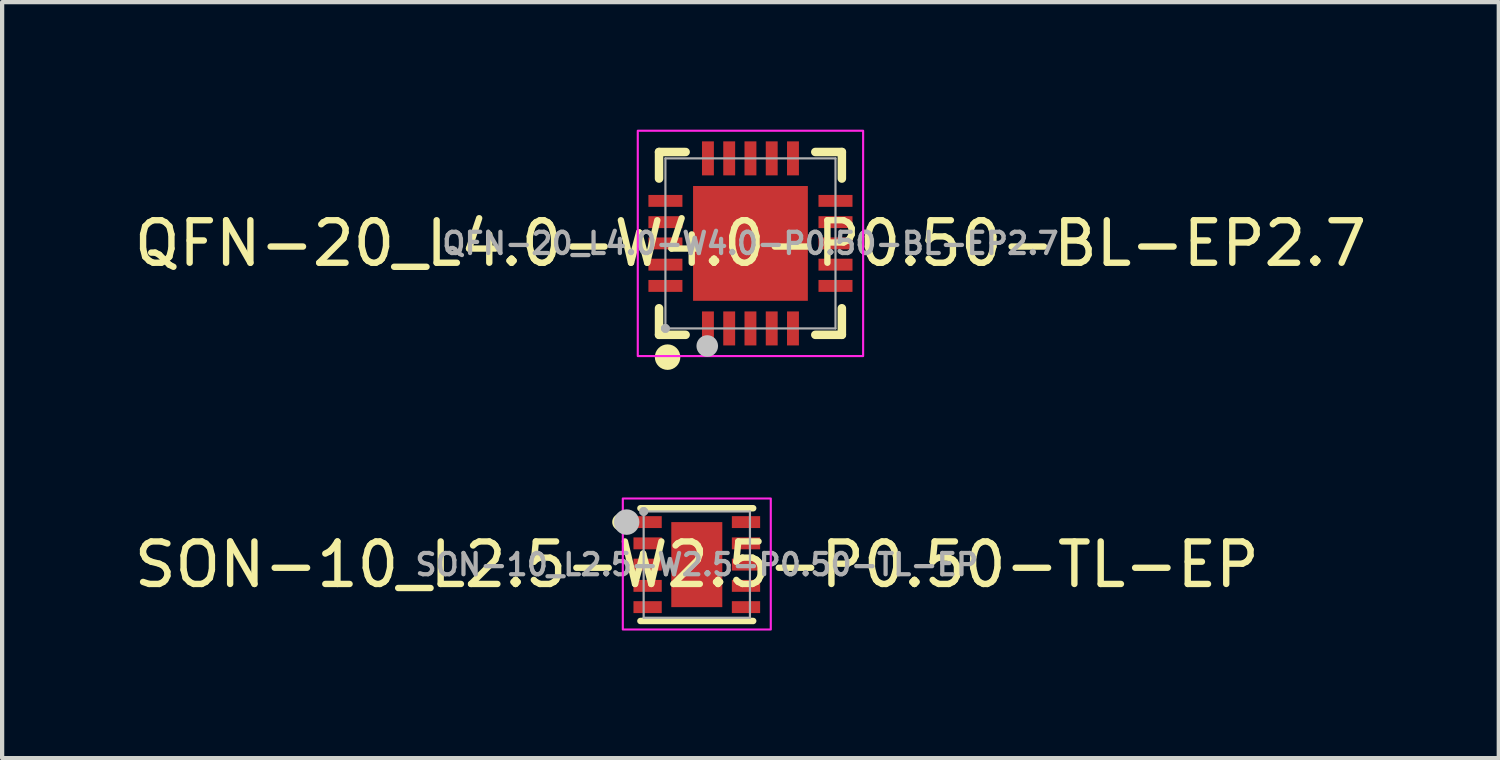
<source format=kicad_pcb>
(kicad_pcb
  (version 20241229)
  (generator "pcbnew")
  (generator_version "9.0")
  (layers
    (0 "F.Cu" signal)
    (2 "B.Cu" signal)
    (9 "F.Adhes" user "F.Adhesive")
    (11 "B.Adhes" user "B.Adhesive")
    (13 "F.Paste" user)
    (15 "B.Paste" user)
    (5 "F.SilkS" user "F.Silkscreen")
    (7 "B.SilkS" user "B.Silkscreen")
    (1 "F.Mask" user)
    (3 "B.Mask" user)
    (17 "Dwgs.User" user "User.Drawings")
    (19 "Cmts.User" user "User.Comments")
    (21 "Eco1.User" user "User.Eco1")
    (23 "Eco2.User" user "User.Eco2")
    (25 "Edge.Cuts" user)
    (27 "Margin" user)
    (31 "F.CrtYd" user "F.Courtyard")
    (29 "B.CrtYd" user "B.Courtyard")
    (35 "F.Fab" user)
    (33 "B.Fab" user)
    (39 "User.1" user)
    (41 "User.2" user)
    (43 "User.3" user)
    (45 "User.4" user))
  (footprint "QFN-20_L4.0-W4.0-P0.50-BL-EP2.7"
    (layer "F.Cu")
    (at 14.601 2.675)
    (property "Reference" "QFN-20_L4.0-W4.0-P0.50-BL-EP2.7" (at 0 0 0) (layer "F.SilkS") (effects (font (size 1 1) (thickness 0.15))))
    (fp_line (start -2.15 -2.15) (end -2.15 -1.525) (stroke (width 0.2) (type default)) (layer "F.SilkS"))
    (fp_line (start -2.15 2.15) (end -2.15 1.525) (stroke (width 0.2) (type default)) (layer "F.SilkS"))
    (fp_line (start -1.525 -2.15) (end -2.15 -2.15) (stroke (width 0.2) (type default)) (layer "F.SilkS"))
    (fp_line (start -1.525 2.15) (end -2.15 2.15) (stroke (width 0.2) (type default)) (layer "F.SilkS"))
    (fp_line (start 1.525 2.15) (end 2.15 2.15) (stroke (width 0.2) (type default)) (layer "F.SilkS"))
    (fp_line (start 2.15 -2.15) (end 1.525 -2.15) (stroke (width 0.2) (type default)) (layer "F.SilkS"))
    (fp_line (start 2.15 -1.525) (end 2.15 -2.15) (stroke (width 0.2) (type default)) (layer "F.SilkS"))
    (fp_line (start 2.15 2.15) (end 2.15 1.525) (stroke (width 0.2) (type default)) (layer "F.SilkS"))
    (fp_arc (start -1.948 2.525) (mid -1.94975 2.825007) (end -1.9505 2.525) (stroke (width 0.3) (type default)) (layer "F.SilkS"))
    (fp_poly (pts (xy -1.6 -0.86) (xy -1.6 -1.14) (xy -2.4 -1.14) (xy -2.4 -0.86)) (stroke (width 0) (type default)) (fill yes) (layer "F.Paste"))
    (fp_poly (pts (xy -1.6 -0.36) (xy -1.6 -0.64) (xy -2.4 -0.64) (xy -2.4 -0.36)) (stroke (width 0) (type default)) (fill yes) (layer "F.Paste"))
    (fp_poly (pts (xy -1.6 0.14) (xy -1.6 -0.14) (xy -2.4 -0.14) (xy -2.4 0.14)) (stroke (width 0) (type default)) (fill yes) (layer "F.Paste"))
    (fp_poly (pts (xy -1.6 0.64) (xy -1.6 0.36) (xy -2.4 0.36) (xy -2.4 0.64)) (stroke (width 0) (type default)) (fill yes) (layer "F.Paste"))
    (fp_poly (pts (xy -1.6 1.14) (xy -1.6 0.86) (xy -2.4 0.86) (xy -2.4 1.14)) (stroke (width 0) (type default)) (fill yes) (layer "F.Paste"))
    (fp_poly (pts (xy -1.08 -1.08) (xy 1.08 -1.08) (xy 1.08 1.08) (xy -1.08 1.08)) (stroke (width 0) (type default)) (fill yes) (layer "F.Paste"))
    (fp_poly (pts (xy -0.86 -2.4) (xy -1.14 -2.4) (xy -1.14 -1.6) (xy -0.86 -1.6)) (stroke (width 0) (type default)) (fill yes) (layer "F.Paste"))
    (fp_poly (pts (xy -0.86 1.6) (xy -1.14 1.6) (xy -1.14 2.4) (xy -0.86 2.4)) (stroke (width 0) (type default)) (fill yes) (layer "F.Paste"))
    (fp_poly (pts (xy -0.36 -2.4) (xy -0.64 -2.4) (xy -0.64 -1.6) (xy -0.36 -1.6)) (stroke (width 0) (type default)) (fill yes) (layer "F.Paste"))
    (fp_poly (pts (xy -0.36 1.6) (xy -0.64 1.6) (xy -0.64 2.4) (xy -0.36 2.4)) (stroke (width 0) (type default)) (fill yes) (layer "F.Paste"))
    (fp_poly (pts (xy 0.14 -2.4) (xy -0.14 -2.4) (xy -0.14 -1.6) (xy 0.14 -1.6)) (stroke (width 0) (type default)) (fill yes) (layer "F.Paste"))
    (fp_poly (pts (xy 0.14 1.6) (xy -0.14 1.6) (xy -0.14 2.4) (xy 0.14 2.4)) (stroke (width 0) (type default)) (fill yes) (layer "F.Paste"))
    (fp_poly (pts (xy 0.64 -2.4) (xy 0.36 -2.4) (xy 0.36 -1.6) (xy 0.64 -1.6)) (stroke (width 0) (type default)) (fill yes) (layer "F.Paste"))
    (fp_poly (pts (xy 0.64 1.6) (xy 0.36 1.6) (xy 0.36 2.4) (xy 0.64 2.4)) (stroke (width 0) (type default)) (fill yes) (layer "F.Paste"))
    (fp_poly (pts (xy 1.14 -2.4) (xy 0.86 -2.4) (xy 0.86 -1.6) (xy 1.14 -1.6)) (stroke (width 0) (type default)) (fill yes) (layer "F.Paste"))
    (fp_poly (pts (xy 1.14 1.6) (xy 0.86 1.6) (xy 0.86 2.4) (xy 1.14 2.4)) (stroke (width 0) (type default)) (fill yes) (layer "F.Paste"))
    (fp_poly (pts (xy 2.4 -0.86) (xy 2.4 -1.14) (xy 1.6 -1.14) (xy 1.6 -0.86)) (stroke (width 0) (type default)) (fill yes) (layer "F.Paste"))
    (fp_poly (pts (xy 2.4 -0.36) (xy 2.4 -0.64) (xy 1.6 -0.64) (xy 1.6 -0.36)) (stroke (width 0) (type default)) (fill yes) (layer "F.Paste"))
    (fp_poly (pts (xy 2.4 0.14) (xy 2.4 -0.14) (xy 1.6 -0.14) (xy 1.6 0.14)) (stroke (width 0) (type default)) (fill yes) (layer "F.Paste"))
    (fp_poly (pts (xy 2.4 0.64) (xy 2.4 0.36) (xy 1.6 0.36) (xy 1.6 0.64)) (stroke (width 0) (type default)) (fill yes) (layer "F.Paste"))
    (fp_poly (pts (xy 2.4 1.14) (xy 2.4 0.86) (xy 1.6 0.86) (xy 1.6 1.14)) (stroke (width 0) (type default)) (fill yes) (layer "F.Paste"))
    (fp_circle (center -1.016 2.413) (end -0.889 2.413) (stroke (width 0.254) (type default)) (fill no) (layer "Dwgs.User"))
    (fp_rect (start -2.65 -2.65) (end 2.65 2.65) (stroke (width 0.05) (type default)) (fill no) (layer "F.CrtYd"))
    (fp_line (start -2 -2) (end 2 -2) (stroke (width 0.051) (type default)) (layer "F.Fab"))
    (fp_line (start -2 2) (end -2 -2) (stroke (width 0.051) (type default)) (layer "F.Fab"))
    (fp_line (start 2 -2) (end 2 2) (stroke (width 0.051) (type default)) (layer "F.Fab"))
    (fp_line (start 2 2) (end -2 2) (stroke (width 0.051) (type default)) (layer "F.Fab"))
    (fp_poly (pts (xy -1.945 1.977) (xy -1.977 1.945) (xy -2.023 1.945) (xy -2.055 1.977) (xy -2.055 2.023) (xy -2.023 2.055) (xy -1.977 2.055) (xy -1.945 2.023)) (stroke (width 0.1) (type default)) (fill no) (layer "F.Fab"))
    (fp_poly (pts (xy -1.6 -1.125) (xy -1.6 -0.875) (xy -2 -0.875) (xy -2 -1.125)) (stroke (width 0.1) (type default)) (fill no) (layer "User.1"))
    (fp_poly (pts (xy -1.6 -0.625) (xy -1.6 -0.375) (xy -2 -0.375) (xy -2 -0.625)) (stroke (width 0.1) (type default)) (fill no) (layer "User.1"))
    (fp_poly (pts (xy -1.6 -0.125) (xy -1.6 0.125) (xy -2 0.125) (xy -2 -0.125)) (stroke (width 0.1) (type default)) (fill no) (layer "User.1"))
    (fp_poly (pts (xy -1.6 0.375) (xy -1.6 0.625) (xy -2 0.625) (xy -2 0.375)) (stroke (width 0.1) (type default)) (fill no) (layer "User.1"))
    (fp_poly (pts (xy -1.6 0.875) (xy -1.6 1.125) (xy -2 1.125) (xy -2 0.875)) (stroke (width 0.1) (type default)) (fill no) (layer "User.1"))
    (fp_poly (pts (xy -1.35 -1.35) (xy 1.35 -1.35) (xy 1.35 1.35) (xy -1.35 1.35)) (stroke (width 0.1) (type default)) (fill no) (layer "User.1"))
    (fp_poly (pts (xy -0.875 -1.6) (xy -1.125 -1.6) (xy -1.125 -2) (xy -0.875 -2)) (stroke (width 0.1) (type default)) (fill no) (layer "User.1"))
    (fp_poly (pts (xy -0.875 2) (xy -1.125 2) (xy -1.125 1.6) (xy -0.875 1.6)) (stroke (width 0.1) (type default)) (fill no) (layer "User.1"))
    (fp_poly (pts (xy -0.375 -1.6) (xy -0.625 -1.6) (xy -0.625 -2) (xy -0.375 -2)) (stroke (width 0.1) (type default)) (fill no) (layer "User.1"))
    (fp_poly (pts (xy -0.375 2) (xy -0.625 2) (xy -0.625 1.6) (xy -0.375 1.6)) (stroke (width 0.1) (type default)) (fill no) (layer "User.1"))
    (fp_poly (pts (xy 0.125 -1.6) (xy -0.125 -1.6) (xy -0.125 -2) (xy 0.125 -2)) (stroke (width 0.1) (type default)) (fill no) (layer "User.1"))
    (fp_poly (pts (xy 0.125 2) (xy -0.125 2) (xy -0.125 1.6) (xy 0.125 1.6)) (stroke (width 0.1) (type default)) (fill no) (layer "User.1"))
    (fp_poly (pts (xy 0.625 -1.6) (xy 0.375 -1.6) (xy 0.375 -2) (xy 0.625 -2)) (stroke (width 0.1) (type default)) (fill no) (layer "User.1"))
    (fp_poly (pts (xy 0.625 2) (xy 0.375 2) (xy 0.375 1.6) (xy 0.625 1.6)) (stroke (width 0.1) (type default)) (fill no) (layer "User.1"))
    (fp_poly (pts (xy 1.125 -1.6) (xy 0.875 -1.6) (xy 0.875 -2) (xy 1.125 -2)) (stroke (width 0.1) (type default)) (fill no) (layer "User.1"))
    (fp_poly (pts (xy 1.125 2) (xy 0.875 2) (xy 0.875 1.6) (xy 1.125 1.6)) (stroke (width 0.1) (type default)) (fill no) (layer "User.1"))
    (fp_poly (pts (xy 2 -1.125) (xy 2 -0.875) (xy 1.6 -0.875) (xy 1.6 -1.125)) (stroke (width 0.1) (type default)) (fill no) (layer "User.1"))
    (fp_poly (pts (xy 2 -0.625) (xy 2 -0.375) (xy 1.6 -0.375) (xy 1.6 -0.625)) (stroke (width 0.1) (type default)) (fill no) (layer "User.1"))
    (fp_poly (pts (xy 2 -0.125) (xy 2 0.125) (xy 1.6 0.125) (xy 1.6 -0.125)) (stroke (width 0.1) (type default)) (fill no) (layer "User.1"))
    (fp_poly (pts (xy 2 0.375) (xy 2 0.625) (xy 1.6 0.625) (xy 1.6 0.375)) (stroke (width 0.1) (type default)) (fill no) (layer "User.1"))
    (fp_poly (pts (xy 2 0.875) (xy 2 1.125) (xy 1.6 1.125) (xy 1.6 0.875)) (stroke (width 0.1) (type default)) (fill no) (layer "User.1"))
    (fp_text user "${REFERENCE}" (at 0 0 0) (layer "F.Fab") (effects (font (size 0.5 0.5) (thickness 0.1))))
    (pad "1" smd rect (at -1 2) (size 0.28 0.8) (layers "F.Cu" "F.Mask" "F.Paste"))
    (pad "2" smd rect (at -0.5 2) (size 0.28 0.8) (layers "F.Cu" "F.Mask" "F.Paste"))
    (pad "3" smd rect (at 0 2) (size 0.28 0.8) (layers "F.Cu" "F.Mask" "F.Paste"))
    (pad "4" smd rect (at 0.5 2) (size 0.28 0.8) (layers "F.Cu" "F.Mask" "F.Paste"))
    (pad "5" smd rect (at 1 2) (size 0.28 0.8) (layers "F.Cu" "F.Mask" "F.Paste"))
    (pad "6" smd rect (at 2 1) (size 0.8 0.28) (layers "F.Cu" "F.Mask" "F.Paste"))
    (pad "7" smd rect (at 2 0.5) (size 0.8 0.28) (layers "F.Cu" "F.Mask" "F.Paste"))
    (pad "8" smd rect (at 2 0) (size 0.8 0.28) (layers "F.Cu" "F.Mask" "F.Paste"))
    (pad "9" smd rect (at 2 -0.5) (size 0.8 0.28) (layers "F.Cu" "F.Mask" "F.Paste"))
    (pad "10" smd rect (at 2 -1) (size 0.8 0.28) (layers "F.Cu" "F.Mask" "F.Paste"))
    (pad "11" smd rect (at 1 -2) (size 0.28 0.8) (layers "F.Cu" "F.Mask" "F.Paste"))
    (pad "12" smd rect (at 0.5 -2) (size 0.28 0.8) (layers "F.Cu" "F.Mask" "F.Paste"))
    (pad "13" smd rect (at 0 -2) (size 0.28 0.8) (layers "F.Cu" "F.Mask" "F.Paste"))
    (pad "14" smd rect (at -0.5 -2) (size 0.28 0.8) (layers "F.Cu" "F.Mask" "F.Paste"))
    (pad "15" smd rect (at -1 -2) (size 0.28 0.8) (layers "F.Cu" "F.Mask" "F.Paste"))
    (pad "16" smd rect (at -2 -1) (size 0.8 0.28) (layers "F.Cu" "F.Mask" "F.Paste"))
    (pad "17" smd rect (at -2 -0.5) (size 0.8 0.28) (layers "F.Cu" "F.Mask" "F.Paste"))
    (pad "18" smd rect (at -2 0) (size 0.8 0.28) (layers "F.Cu" "F.Mask" "F.Paste"))
    (pad "19" smd rect (at -2 0.5) (size 0.8 0.28) (layers "F.Cu" "F.Mask" "F.Paste"))
    (pad "20" smd rect (at -2 1) (size 0.8 0.28) (layers "F.Cu" "F.Mask" "F.Paste"))
    (pad "21" smd rect (at 0 0) (size 2.7 2.7) (layers "F.Cu" "F.Mask" "F.Paste")))
  (footprint "SON-10_L2.5-W2.5-P0.50-TL-EP"
    (layer "F.Cu")
    (at 13.339 10.23)
    (property "Reference" "SON-10_L2.5-W2.5-P0.50-TL-EP" (at 0 0 0) (layer "F.SilkS") (effects (font (size 1 1) (thickness 0.15))))
    (fp_line (start -1.326 -1.326) (end 1.326 -1.326) (stroke (width 0.152) (type default)) (layer "F.SilkS"))
    (fp_line (start 1.326 1.326) (end -1.326 1.326) (stroke (width 0.152) (type default)) (layer "F.SilkS"))
    (fp_circle (center -1.79 -1) (end -1.69 -1) (stroke (width 0.2) (type default)) (fill no) (layer "F.SilkS"))
    (fp_circle (center -1.65 -1) (end -1.5 -1) (stroke (width 0.3) (type default)) (fill no) (layer "Dwgs.User"))
    (fp_rect (start -1.74 -1.555) (end 1.74 1.526) (stroke (width 0.05) (type default)) (fill no) (layer "F.CrtYd"))
    (fp_line (start -1.25 -1.25) (end 1.25 -1.25) (stroke (width 0.051) (type default)) (layer "F.Fab"))
    (fp_line (start -1.25 1.25) (end -1.25 -1.25) (stroke (width 0.051) (type default)) (layer "F.Fab"))
    (fp_line (start 1.25 -1.25) (end 1.25 1.25) (stroke (width 0.051) (type default)) (layer "F.Fab"))
    (fp_line (start 1.25 1.25) (end -1.25 1.25) (stroke (width 0.051) (type default)) (layer "F.Fab"))
    (fp_poly (pts (xy -1.195 -1.273) (xy -1.227 -1.305) (xy -1.273 -1.305) (xy -1.305 -1.273) (xy -1.305 -1.227) (xy -1.273 -1.195) (xy -1.227 -1.195) (xy -1.195 -1.227)) (stroke (width 0.1) (type default)) (fill no) (layer "F.Fab"))
    (fp_poly (pts (xy -1.25 -1.125) (xy -0.85 -1.125) (xy -0.85 -0.875) (xy -1.25 -0.875)) (stroke (width 0.1) (type default)) (fill no) (layer "User.1"))
    (fp_poly (pts (xy -1.25 -0.625) (xy -0.85 -0.625) (xy -0.85 -0.375) (xy -1.25 -0.375)) (stroke (width 0.1) (type default)) (fill no) (layer "User.1"))
    (fp_poly (pts (xy -1.25 -0.125) (xy -0.85 -0.125) (xy -0.85 0.125) (xy -1.25 0.125)) (stroke (width 0.1) (type default)) (fill no) (layer "User.1"))
    (fp_poly (pts (xy -1.25 0.375) (xy -0.85 0.375) (xy -0.85 0.625) (xy -1.25 0.625)) (stroke (width 0.1) (type default)) (fill no) (layer "User.1"))
    (fp_poly (pts (xy -1.25 0.875) (xy -0.85 0.875) (xy -0.85 1.125) (xy -1.25 1.125)) (stroke (width 0.1) (type default)) (fill no) (layer "User.1"))
    (fp_poly (pts (xy 1.25 -1.125) (xy 0.85 -1.125) (xy 0.85 -0.875) (xy 1.25 -0.875)) (stroke (width 0.1) (type default)) (fill no) (layer "User.1"))
    (fp_poly (pts (xy 1.25 -0.625) (xy 0.85 -0.625) (xy 0.85 -0.375) (xy 1.25 -0.375)) (stroke (width 0.1) (type default)) (fill no) (layer "User.1"))
    (fp_poly (pts (xy 1.25 -0.125) (xy 0.85 -0.125) (xy 0.85 0.125) (xy 1.25 0.125)) (stroke (width 0.1) (type default)) (fill no) (layer "User.1"))
    (fp_poly (pts (xy 1.25 0.375) (xy 0.85 0.375) (xy 0.85 0.625) (xy 1.25 0.625)) (stroke (width 0.1) (type default)) (fill no) (layer "User.1"))
    (fp_poly (pts (xy 1.25 0.875) (xy 0.85 0.875) (xy 0.85 1.125) (xy 1.25 1.125)) (stroke (width 0.1) (type default)) (fill no) (layer "User.1"))
    (fp_poly (pts (xy -0.36 -1) (xy 0.6 -1) (xy 0.6 1) (xy -0.6 1) (xy -0.6 -0.76)) (stroke (width 0.1) (type default)) (fill no) (layer "User.1"))
    (fp_text user "${REFERENCE}" (at 0 0 0) (layer "F.Fab") (effects (font (size 0.5 0.5) (thickness 0.1))))
    (pad "1" smd rect (at -1.157 -1) (size 0.665 0.28) (layers "F.Cu" "F.Mask" "F.Paste"))
    (pad "2" smd rect (at -1.157 -0.5) (size 0.665 0.28) (layers "F.Cu" "F.Mask" "F.Paste"))
    (pad "3" smd rect (at -1.157 0) (size 0.665 0.28) (layers "F.Cu" "F.Mask" "F.Paste"))
    (pad "4" smd rect (at -1.157 0.5) (size 0.665 0.28) (layers "F.Cu" "F.Mask" "F.Paste"))
    (pad "5" smd rect (at -1.157 1) (size 0.665 0.28) (layers "F.Cu" "F.Mask" "F.Paste"))
    (pad "6" smd rect (at 1.157 1) (size 0.665 0.28) (layers "F.Cu" "F.Mask" "F.Paste"))
    (pad "7" smd rect (at 1.157 0.5) (size 0.665 0.28) (layers "F.Cu" "F.Mask" "F.Paste"))
    (pad "8" smd rect (at 1.157 0) (size 0.665 0.28) (layers "F.Cu" "F.Mask" "F.Paste"))
    (pad "9" smd rect (at 1.157 -0.5) (size 0.665 0.28) (layers "F.Cu" "F.Mask" "F.Paste"))
    (pad "10" smd rect (at 1.157 -1) (size 0.665 0.28) (layers "F.Cu" "F.Mask" "F.Paste"))
    (pad "11" smd rect (at 0 0) (size 1.2 2) (layers "F.Cu" "F.Mask" "F.Paste")))
  (gr_rect
    (start -3 -3)
    (end 32.202 14.781)
    (stroke (width 0.1) (type default))
    (fill no)
    (layer "Edge.Cuts")))
</source>
